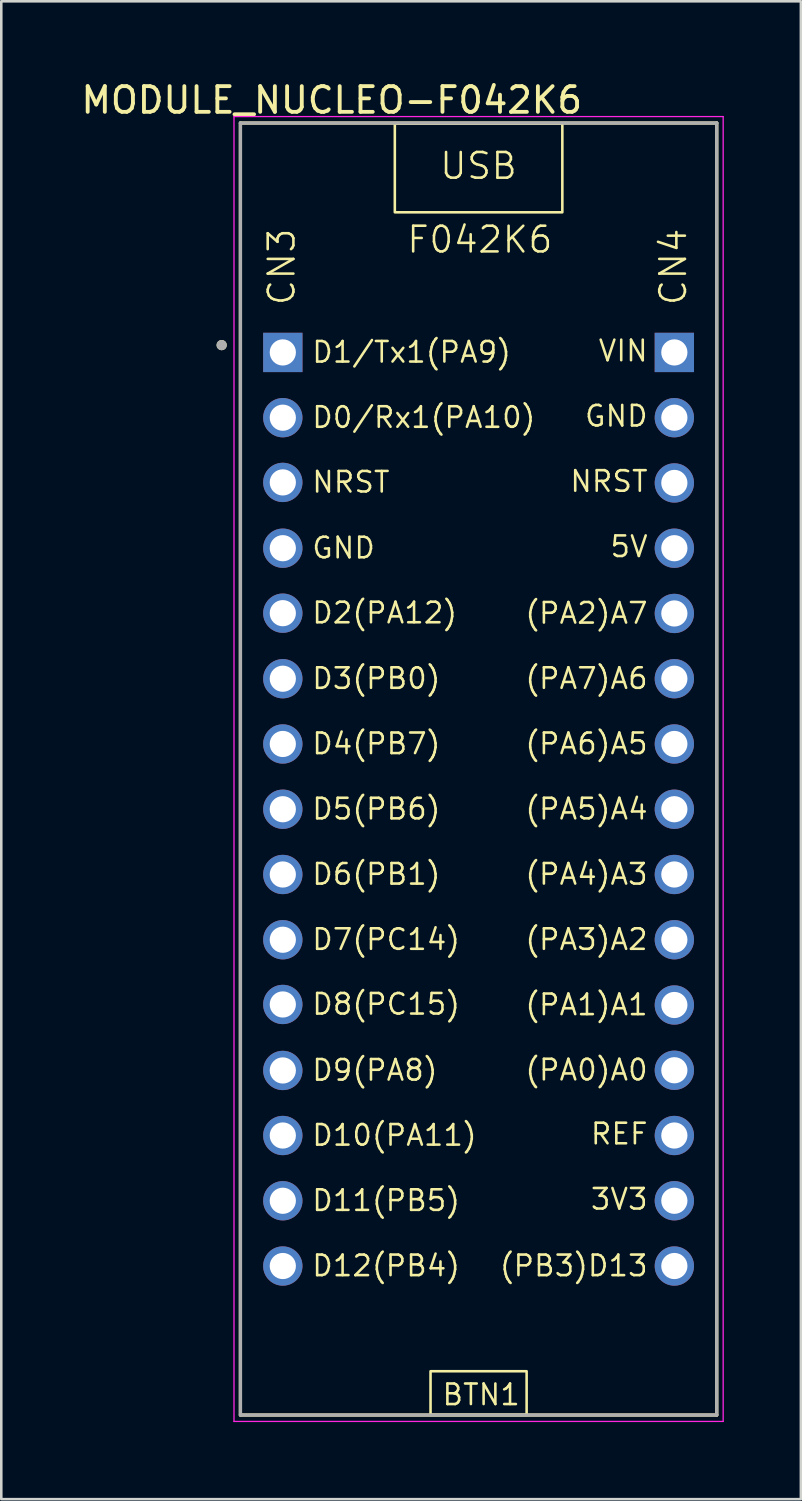
<source format=kicad_pcb>
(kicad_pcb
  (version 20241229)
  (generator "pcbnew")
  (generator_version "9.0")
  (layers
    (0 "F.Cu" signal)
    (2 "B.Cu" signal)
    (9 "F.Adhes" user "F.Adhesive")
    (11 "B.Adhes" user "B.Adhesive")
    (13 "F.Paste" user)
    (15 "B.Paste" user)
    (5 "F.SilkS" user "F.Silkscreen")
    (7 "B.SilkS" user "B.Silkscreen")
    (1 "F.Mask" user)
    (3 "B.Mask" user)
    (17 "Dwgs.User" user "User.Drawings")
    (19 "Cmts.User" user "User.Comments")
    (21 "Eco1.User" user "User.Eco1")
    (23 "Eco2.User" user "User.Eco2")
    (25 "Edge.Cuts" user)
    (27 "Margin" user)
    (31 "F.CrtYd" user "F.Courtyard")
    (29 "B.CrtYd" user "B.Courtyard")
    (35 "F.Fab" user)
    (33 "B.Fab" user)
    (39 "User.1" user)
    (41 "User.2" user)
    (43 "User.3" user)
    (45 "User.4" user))
  (footprint "MODULE_NUCLEO-F042K6"
    (layer "F.Cu")
    (at 15.578 26.883)
    (property "Reference" "MODULE_NUCLEO-F042K6" (at -5.715 -26.035 0) (layer "F.SilkS") (effects (font (size 1 1) (thickness 0.15))))
    (attr through_hole)
    (fp_line (start -9.27 -25.145) (end 9.27 -25.145) (stroke (width 0.127) (type solid)) (layer "F.SilkS"))
    (fp_line (start -9.27 25.145) (end -9.27 -25.145) (stroke (width 0.127) (type solid)) (layer "F.SilkS"))
    (fp_line (start 9.27 -25.145) (end 9.27 25.145) (stroke (width 0.127) (type solid)) (layer "F.SilkS"))
    (fp_line (start 9.27 25.145) (end -9.27 25.145) (stroke (width 0.127) (type solid)) (layer "F.SilkS"))
    (fp_rect (start -3.26 -25.12) (end 3.26 -21.67) (stroke (width 0.1) (type default)) (fill no) (layer "F.SilkS"))
    (fp_rect (start -1.87 23.44) (end 1.87 25.14) (stroke (width 0.1) (type default)) (fill no) (layer "F.SilkS"))
    (fp_circle (center -10 -16.5) (end -9.9 -16.5) (stroke (width 0.2) (type solid)) (fill no) (layer "F.SilkS"))
    (fp_line (start -9.52 -25.395) (end 9.52 -25.395) (stroke (width 0.05) (type solid)) (layer "F.CrtYd"))
    (fp_line (start -9.52 25.395) (end -9.52 -25.395) (stroke (width 0.05) (type solid)) (layer "F.CrtYd"))
    (fp_line (start 9.52 -25.395) (end 9.52 25.395) (stroke (width 0.05) (type solid)) (layer "F.CrtYd"))
    (fp_line (start 9.52 25.395) (end -9.52 25.395) (stroke (width 0.05) (type solid)) (layer "F.CrtYd"))
    (fp_line (start -9.27 -25.145) (end 9.27 -25.145) (stroke (width 0.127) (type solid)) (layer "F.Fab"))
    (fp_line (start -9.27 25.145) (end -9.27 -25.145) (stroke (width 0.127) (type solid)) (layer "F.Fab"))
    (fp_line (start 9.27 -25.145) (end 9.27 25.145) (stroke (width 0.127) (type solid)) (layer "F.Fab"))
    (fp_line (start 9.27 25.145) (end -9.27 25.145) (stroke (width 0.127) (type solid)) (layer "F.Fab"))
    (fp_circle (center -10 -16.5) (end -9.9 -16.5) (stroke (width 0.2) (type solid)) (fill no) (layer "F.Fab"))
    (fp_text user "D6(PB1)" (at -6.54 4.561 0) (unlocked yes) (layer "F.SilkS") (effects (font (size 0.8 0.8) (thickness 0.1)) (justify left bottom)))
    (fp_text user "VIN" (at 4.61 -15.81 0) (unlocked yes) (layer "F.SilkS") (effects (font (size 0.8 0.8) (thickness 0.1)) (justify left bottom)))
    (fp_text user "(PA2)A7" (at 1.753 -5.598 0) (unlocked yes) (layer "F.SilkS") (effects (font (size 0.8 0.8) (thickness 0.1)) (justify left bottom)))
    (fp_text user "3V3" (at 4.305 17.21 0) (unlocked yes) (layer "F.SilkS") (effects (font (size 0.8 0.8) (thickness 0.1)) (justify left bottom)))
    (fp_text user "D7(PC14)" (at -6.54 7.101 0) (unlocked yes) (layer "F.SilkS") (effects (font (size 0.8 0.8) (thickness 0.1)) (justify left bottom)))
    (fp_text user "(PA5)A4" (at 1.753 2.022 0) (unlocked yes) (layer "F.SilkS") (effects (font (size 0.8 0.8) (thickness 0.1)) (justify left bottom)))
    (fp_text user "D2(PA12)" (at -6.54 -5.61 0) (unlocked yes) (layer "F.SilkS") (effects (font (size 0.8 0.8) (thickness 0.1)) (justify left bottom)))
    (fp_text user "REF" (at 4.305 14.67 0) (unlocked yes) (layer "F.SilkS") (effects (font (size 0.8 0.8) (thickness 0.1)) (justify left bottom)))
    (fp_text user "(PA6)A5" (at 1.753 -0.518 0) (unlocked yes) (layer "F.SilkS") (effects (font (size 0.8 0.8) (thickness 0.1)) (justify left bottom)))
    (fp_text user "D12(PB4)" (at -6.54 19.802 0) (unlocked yes) (layer "F.SilkS") (effects (font (size 0.8 0.8) (thickness 0.1)) (justify left bottom)))
    (fp_text user "D4(PB7)" (at -6.54 -0.518 0) (unlocked yes) (layer "F.SilkS") (effects (font (size 0.8 0.8) (thickness 0.1)) (justify left bottom)))
    (fp_text user "GND" (at -6.54 -8.139 0) (unlocked yes) (layer "F.SilkS") (effects (font (size 0.8 0.8) (thickness 0.1)) (justify left bottom)))
    (fp_text user "(PB3)D13" (at 0.762 19.802 0) (unlocked yes) (layer "F.SilkS") (effects (font (size 0.8 0.8) (thickness 0.1)) (justify left bottom)))
    (fp_text user "D11(PB5)" (at -6.54 17.262 0) (unlocked yes) (layer "F.SilkS") (effects (font (size 0.8 0.8) (thickness 0.1)) (justify left bottom)))
    (fp_text user "D0/Rx1(PA10)" (at -6.54 -13.219 0) (unlocked yes) (layer "F.SilkS") (effects (font (size 0.8 0.8) (thickness 0.1)) (justify left bottom)))
    (fp_text user "CN3" (at -7.08 -17.98 90) (unlocked yes) (layer "F.SilkS") (effects (font (size 1 1) (thickness 0.1)) (justify left bottom)))
    (fp_text user "USB" (at -1.57 -22.89 0) (unlocked yes) (layer "F.SilkS") (effects (font (size 1 1) (thickness 0.1)) (justify left bottom)))
    (fp_text user "NRST" (at 3.505 -10.73 0) (unlocked yes) (layer "F.SilkS") (effects (font (size 0.8 0.8) (thickness 0.1)) (justify left bottom)))
    (fp_text user "NRST" (at -6.54 -10.7 0) (unlocked yes) (layer "F.SilkS") (effects (font (size 0.8 0.8) (thickness 0.1)) (justify left bottom)))
    (fp_text user "D3(PB0)" (at -6.54 -3.058 0) (unlocked yes) (layer "F.SilkS") (effects (font (size 0.8 0.8) (thickness 0.1)) (justify left bottom)))
    (fp_text user "CN4" (at 8.159 -17.98 90) (unlocked yes) (layer "F.SilkS") (effects (font (size 1 1) (thickness 0.1)) (justify left bottom)))
    (fp_text user "D10(PA11)" (at -6.54 14.722 0) (unlocked yes) (layer "F.SilkS") (effects (font (size 0.8 0.8) (thickness 0.1)) (justify left bottom)))
    (fp_text user "D5(PB6)" (at -6.54 2.022 0) (unlocked yes) (layer "F.SilkS") (effects (font (size 0.8 0.8) (thickness 0.1)) (justify left bottom)))
    (fp_text user "D9(PA8)" (at -6.54 12.19 0) (unlocked yes) (layer "F.SilkS") (effects (font (size 0.8 0.8) (thickness 0.1)) (justify left bottom)))
    (fp_text user "(PA0)A0" (at 1.753 12.181 0) (unlocked yes) (layer "F.SilkS") (effects (font (size 0.8 0.8) (thickness 0.1)) (justify left bottom)))
    (fp_text user "D1/Tx1(PA9)" (at -6.54 -15.758 0) (unlocked yes) (layer "F.SilkS") (effects (font (size 0.8 0.8) (thickness 0.1)) (justify left bottom)))
    (fp_text user "(PA3)A2" (at 1.753 7.101 0) (unlocked yes) (layer "F.SilkS") (effects (font (size 0.8 0.8) (thickness 0.1)) (justify left bottom)))
    (fp_text user "(PA7)A6" (at 1.753 -3.058 0) (unlocked yes) (layer "F.SilkS") (effects (font (size 0.8 0.8) (thickness 0.1)) (justify left bottom)))
    (fp_text user "F042K6" (at -2.85 -20.02 0) (unlocked yes) (layer "F.SilkS") (effects (font (size 1 1) (thickness 0.1)) (justify left bottom)))
    (fp_text user "5V" (at 5.067 -8.19 0) (unlocked yes) (layer "F.SilkS") (effects (font (size 0.8 0.8) (thickness 0.1)) (justify left bottom)))
    (fp_text user "D8(PC15)" (at -6.54 9.62 0) (unlocked yes) (layer "F.SilkS") (effects (font (size 0.8 0.8) (thickness 0.1)) (justify left bottom)))
    (fp_text user "GND" (at 4.077 -13.27 0) (unlocked yes) (layer "F.SilkS") (effects (font (size 0.8 0.8) (thickness 0.1)) (justify left bottom)))
    (fp_text user "(PA4)A3" (at 1.753 4.561 0) (unlocked yes) (layer "F.SilkS") (effects (font (size 0.8 0.8) (thickness 0.1)) (justify left bottom)))
    (fp_text user "BTN1" (at -1.47 24.82 0) (unlocked yes) (layer "F.SilkS") (effects (font (size 0.8 0.8) (thickness 0.1)) (justify left bottom)))
    (fp_text user "(PA1)A1" (at 1.753 9.642 0) (unlocked yes) (layer "F.SilkS") (effects (font (size 0.8 0.8) (thickness 0.1)) (justify left bottom)))
    (pad "CN3_1" thru_hole rect (at -7.62 -16.215) (size 1.53 1.53) (drill 1.02) (layers "*.Cu" "*.Mask"))
    (pad "CN3_2" thru_hole circle (at -7.62 -13.675) (size 1.53 1.53) (drill 1.02) (layers "*.Cu" "*.Mask"))
    (pad "CN3_3" thru_hole circle (at -7.62 -11.156) (size 1.53 1.53) (drill 1.02) (layers "*.Cu" "*.Mask"))
    (pad "CN3_4" thru_hole circle (at -7.62 -8.595) (size 1.53 1.53) (drill 1.02) (layers "*.Cu" "*.Mask"))
    (pad "CN3_5" thru_hole circle (at -7.62 -6.066) (size 1.53 1.53) (drill 1.02) (layers "*.Cu" "*.Mask"))
    (pad "CN3_6" thru_hole circle (at -7.62 -3.515) (size 1.53 1.53) (drill 1.02) (layers "*.Cu" "*.Mask"))
    (pad "CN3_7" thru_hole circle (at -7.62 -0.975) (size 1.53 1.53) (drill 1.02) (layers "*.Cu" "*.Mask"))
    (pad "CN3_8" thru_hole circle (at -7.62 1.565) (size 1.53 1.53) (drill 1.02) (layers "*.Cu" "*.Mask"))
    (pad "CN3_9" thru_hole circle (at -7.62 4.105) (size 1.53 1.53) (drill 1.02) (layers "*.Cu" "*.Mask"))
    (pad "CN3_10" thru_hole circle (at -7.62 6.645) (size 1.53 1.53) (drill 1.02) (layers "*.Cu" "*.Mask"))
    (pad "CN3_11" thru_hole circle (at -7.62 9.164) (size 1.53 1.53) (drill 1.02) (layers "*.Cu" "*.Mask"))
    (pad "CN3_12" thru_hole circle (at -7.62 11.733) (size 1.53 1.53) (drill 1.02) (layers "*.Cu" "*.Mask"))
    (pad "CN3_13" thru_hole circle (at -7.62 14.265) (size 1.53 1.53) (drill 1.02) (layers "*.Cu" "*.Mask"))
    (pad "CN3_14" thru_hole circle (at -7.62 16.805) (size 1.53 1.53) (drill 1.02) (layers "*.Cu" "*.Mask"))
    (pad "CN3_15" thru_hole circle (at -7.62 19.345) (size 1.53 1.53) (drill 1.02) (layers "*.Cu" "*.Mask"))
    (pad "CN4_1" thru_hole rect (at 7.62 -16.215) (size 1.53 1.53) (drill 1.02) (layers "*.Cu" "*.Mask"))
    (pad "CN4_2" thru_hole circle (at 7.62 -13.675) (size 1.53 1.53) (drill 1.02) (layers "*.Cu" "*.Mask"))
    (pad "CN4_3" thru_hole circle (at 7.62 -11.135) (size 1.53 1.53) (drill 1.02) (layers "*.Cu" "*.Mask"))
    (pad "CN4_4" thru_hole circle (at 7.62 -8.595) (size 1.53 1.53) (drill 1.02) (layers "*.Cu" "*.Mask"))
    (pad "CN4_5" thru_hole circle (at 7.62 -6.055) (size 1.53 1.53) (drill 1.02) (layers "*.Cu" "*.Mask"))
    (pad "CN4_6" thru_hole circle (at 7.62 -3.515) (size 1.53 1.53) (drill 1.02) (layers "*.Cu" "*.Mask"))
    (pad "CN4_7" thru_hole circle (at 7.62 -0.975) (size 1.53 1.53) (drill 1.02) (layers "*.Cu" "*.Mask"))
    (pad "CN4_8" thru_hole circle (at 7.62 1.565) (size 1.53 1.53) (drill 1.02) (layers "*.Cu" "*.Mask"))
    (pad "CN4_9" thru_hole circle (at 7.62 4.105) (size 1.53 1.53) (drill 1.02) (layers "*.Cu" "*.Mask"))
    (pad "CN4_10" thru_hole circle (at 7.62 6.645) (size 1.53 1.53) (drill 1.02) (layers "*.Cu" "*.Mask"))
    (pad "CN4_11" thru_hole circle (at 7.62 9.185) (size 1.53 1.53) (drill 1.02) (layers "*.Cu" "*.Mask"))
    (pad "CN4_12" thru_hole circle (at 7.62 11.725) (size 1.53 1.53) (drill 1.02) (layers "*.Cu" "*.Mask"))
    (pad "CN4_13" thru_hole circle (at 7.62 14.265) (size 1.53 1.53) (drill 1.02) (layers "*.Cu" "*.Mask"))
    (pad "CN4_14" thru_hole circle (at 7.62 16.805) (size 1.53 1.53) (drill 1.02) (layers "*.Cu" "*.Mask"))
    (pad "CN4_15" thru_hole circle (at 7.62 19.345) (size 1.53 1.53) (drill 1.02) (layers "*.Cu" "*.Mask")))
  (gr_rect
    (start -3 -3)
    (end 28.123 55.303)
    (stroke (width 0.1) (type default))
    (fill no)
    (layer "Edge.Cuts")))
</source>
